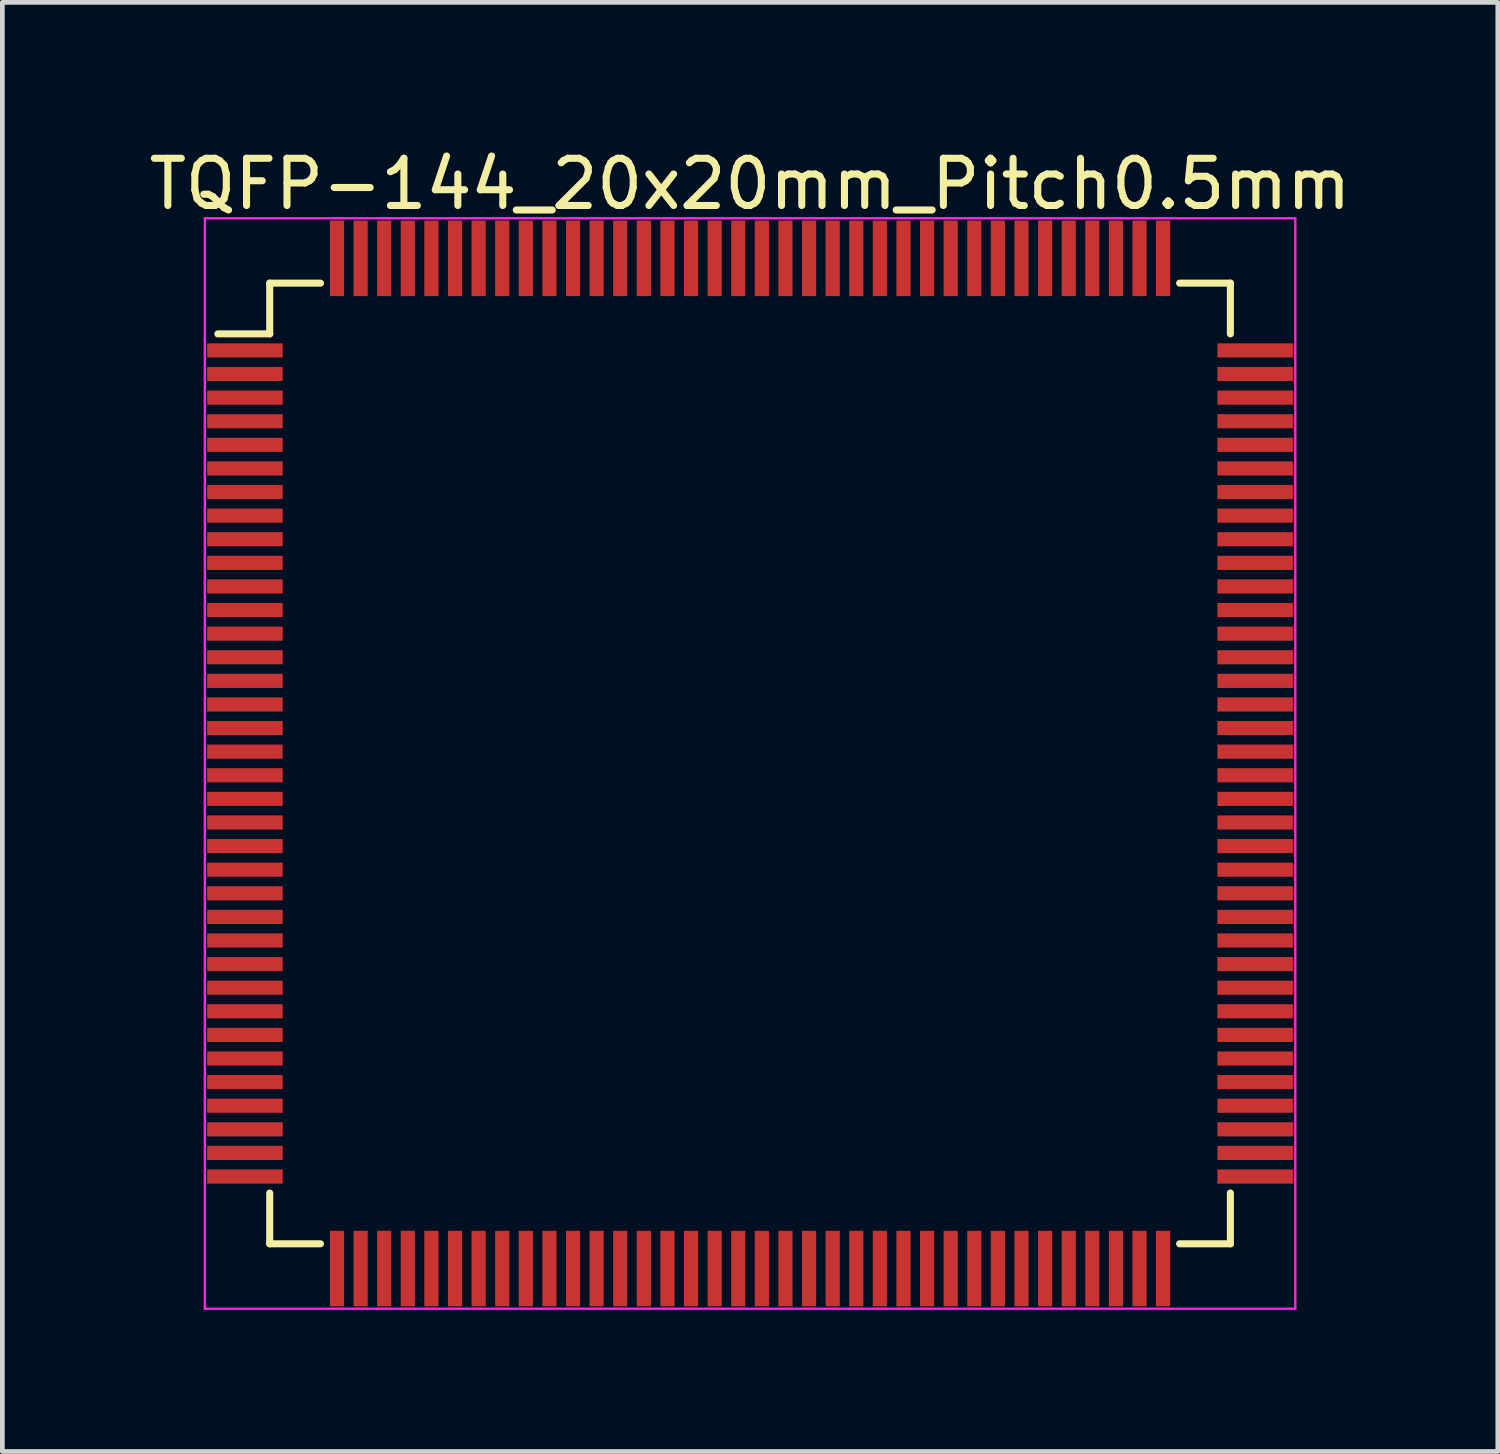
<source format=kicad_pcb>
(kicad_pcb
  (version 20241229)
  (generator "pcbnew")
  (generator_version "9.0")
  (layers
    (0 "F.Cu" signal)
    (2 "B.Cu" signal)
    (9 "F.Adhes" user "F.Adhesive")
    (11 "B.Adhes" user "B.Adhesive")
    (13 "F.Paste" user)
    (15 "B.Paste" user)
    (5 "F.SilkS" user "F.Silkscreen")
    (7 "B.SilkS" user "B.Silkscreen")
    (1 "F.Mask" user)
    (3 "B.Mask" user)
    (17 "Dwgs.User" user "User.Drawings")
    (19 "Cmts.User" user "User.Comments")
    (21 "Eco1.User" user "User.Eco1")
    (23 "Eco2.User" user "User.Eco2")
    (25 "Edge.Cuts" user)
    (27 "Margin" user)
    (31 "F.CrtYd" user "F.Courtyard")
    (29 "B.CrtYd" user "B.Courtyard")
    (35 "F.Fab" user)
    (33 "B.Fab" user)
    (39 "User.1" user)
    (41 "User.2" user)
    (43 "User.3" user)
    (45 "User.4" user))
  (footprint "TQFP-144_20x20mm_Pitch0.5mm"
    (layer "F.Cu")
    (at 12.839 13.123)
    (property "Reference" "TQFP-144_20x20mm_Pitch0.5mm" (at 0 -12.275 0) (layer "F.SilkS") (effects (font (size 1 1) (thickness 0.15))))
    (attr smd)
    (fp_line (start -10.175 -10.175) (end -10.175 -9.1) (stroke (width 0.15) (type solid)) (layer "F.SilkS"))
    (fp_line (start -10.175 -10.175) (end -9.1 -10.175) (stroke (width 0.15) (type solid)) (layer "F.SilkS"))
    (fp_line (start -10.175 -9.1) (end -11.275 -9.1) (stroke (width 0.15) (type solid)) (layer "F.SilkS"))
    (fp_line (start -10.175 10.175) (end -10.175 9.1) (stroke (width 0.15) (type solid)) (layer "F.SilkS"))
    (fp_line (start -10.175 10.175) (end -9.1 10.175) (stroke (width 0.15) (type solid)) (layer "F.SilkS"))
    (fp_line (start 10.175 -10.175) (end 9.1 -10.175) (stroke (width 0.15) (type solid)) (layer "F.SilkS"))
    (fp_line (start 10.175 -10.175) (end 10.175 -9.1) (stroke (width 0.15) (type solid)) (layer "F.SilkS"))
    (fp_line (start 10.175 10.175) (end 9.1 10.175) (stroke (width 0.15) (type solid)) (layer "F.SilkS"))
    (fp_line (start 10.175 10.175) (end 10.175 9.1) (stroke (width 0.15) (type solid)) (layer "F.SilkS"))
    (fp_line (start -11.55 -11.55) (end -11.55 11.55) (stroke (width 0.05) (type solid)) (layer "F.CrtYd"))
    (fp_line (start -11.55 -11.55) (end 11.55 -11.55) (stroke (width 0.05) (type solid)) (layer "F.CrtYd"))
    (fp_line (start -11.55 11.55) (end 11.55 11.55) (stroke (width 0.05) (type solid)) (layer "F.CrtYd"))
    (fp_line (start 11.55 -11.55) (end 11.55 11.55) (stroke (width 0.05) (type solid)) (layer "F.CrtYd"))
    (pad "1" smd rect (at -10.7 -8.75) (size 1.6 0.3) (layers "F.Cu" "F.Mask" "F.Paste"))
    (pad "2" smd rect (at -10.7 -8.25) (size 1.6 0.3) (layers "F.Cu" "F.Mask" "F.Paste"))
    (pad "3" smd rect (at -10.7 -7.75) (size 1.6 0.3) (layers "F.Cu" "F.Mask" "F.Paste"))
    (pad "4" smd rect (at -10.7 -7.25) (size 1.6 0.3) (layers "F.Cu" "F.Mask" "F.Paste"))
    (pad "5" smd rect (at -10.7 -6.75) (size 1.6 0.3) (layers "F.Cu" "F.Mask" "F.Paste"))
    (pad "6" smd rect (at -10.7 -6.25) (size 1.6 0.3) (layers "F.Cu" "F.Mask" "F.Paste"))
    (pad "7" smd rect (at -10.7 -5.75) (size 1.6 0.3) (layers "F.Cu" "F.Mask" "F.Paste"))
    (pad "8" smd rect (at -10.7 -5.25) (size 1.6 0.3) (layers "F.Cu" "F.Mask" "F.Paste"))
    (pad "9" smd rect (at -10.7 -4.75) (size 1.6 0.3) (layers "F.Cu" "F.Mask" "F.Paste"))
    (pad "10" smd rect (at -10.7 -4.25) (size 1.6 0.3) (layers "F.Cu" "F.Mask" "F.Paste"))
    (pad "11" smd rect (at -10.7 -3.75) (size 1.6 0.3) (layers "F.Cu" "F.Mask" "F.Paste"))
    (pad "12" smd rect (at -10.7 -3.25) (size 1.6 0.3) (layers "F.Cu" "F.Mask" "F.Paste"))
    (pad "13" smd rect (at -10.7 -2.75) (size 1.6 0.3) (layers "F.Cu" "F.Mask" "F.Paste"))
    (pad "14" smd rect (at -10.7 -2.25) (size 1.6 0.3) (layers "F.Cu" "F.Mask" "F.Paste"))
    (pad "15" smd rect (at -10.7 -1.75) (size 1.6 0.3) (layers "F.Cu" "F.Mask" "F.Paste"))
    (pad "16" smd rect (at -10.7 -1.25) (size 1.6 0.3) (layers "F.Cu" "F.Mask" "F.Paste"))
    (pad "17" smd rect (at -10.7 -0.75) (size 1.6 0.3) (layers "F.Cu" "F.Mask" "F.Paste"))
    (pad "18" smd rect (at -10.7 -0.25) (size 1.6 0.3) (layers "F.Cu" "F.Mask" "F.Paste"))
    (pad "19" smd rect (at -10.7 0.25) (size 1.6 0.3) (layers "F.Cu" "F.Mask" "F.Paste"))
    (pad "20" smd rect (at -10.7 0.75) (size 1.6 0.3) (layers "F.Cu" "F.Mask" "F.Paste"))
    (pad "21" smd rect (at -10.7 1.25) (size 1.6 0.3) (layers "F.Cu" "F.Mask" "F.Paste"))
    (pad "22" smd rect (at -10.7 1.75) (size 1.6 0.3) (layers "F.Cu" "F.Mask" "F.Paste"))
    (pad "23" smd rect (at -10.7 2.25) (size 1.6 0.3) (layers "F.Cu" "F.Mask" "F.Paste"))
    (pad "24" smd rect (at -10.7 2.75) (size 1.6 0.3) (layers "F.Cu" "F.Mask" "F.Paste"))
    (pad "25" smd rect (at -10.7 3.25) (size 1.6 0.3) (layers "F.Cu" "F.Mask" "F.Paste"))
    (pad "26" smd rect (at -10.7 3.75) (size 1.6 0.3) (layers "F.Cu" "F.Mask" "F.Paste"))
    (pad "27" smd rect (at -10.7 4.25) (size 1.6 0.3) (layers "F.Cu" "F.Mask" "F.Paste"))
    (pad "28" smd rect (at -10.7 4.75) (size 1.6 0.3) (layers "F.Cu" "F.Mask" "F.Paste"))
    (pad "29" smd rect (at -10.7 5.25) (size 1.6 0.3) (layers "F.Cu" "F.Mask" "F.Paste"))
    (pad "30" smd rect (at -10.7 5.75) (size 1.6 0.3) (layers "F.Cu" "F.Mask" "F.Paste"))
    (pad "31" smd rect (at -10.7 6.25) (size 1.6 0.3) (layers "F.Cu" "F.Mask" "F.Paste"))
    (pad "32" smd rect (at -10.7 6.75) (size 1.6 0.3) (layers "F.Cu" "F.Mask" "F.Paste"))
    (pad "33" smd rect (at -10.7 7.25) (size 1.6 0.3) (layers "F.Cu" "F.Mask" "F.Paste"))
    (pad "34" smd rect (at -10.7 7.75) (size 1.6 0.3) (layers "F.Cu" "F.Mask" "F.Paste"))
    (pad "35" smd rect (at -10.7 8.25) (size 1.6 0.3) (layers "F.Cu" "F.Mask" "F.Paste"))
    (pad "36" smd rect (at -10.7 8.75) (size 1.6 0.3) (layers "F.Cu" "F.Mask" "F.Paste"))
    (pad "37" smd rect (at -8.75 10.7 90) (size 1.6 0.3) (layers "F.Cu" "F.Mask" "F.Paste"))
    (pad "38" smd rect (at -8.25 10.7 90) (size 1.6 0.3) (layers "F.Cu" "F.Mask" "F.Paste"))
    (pad "39" smd rect (at -7.75 10.7 90) (size 1.6 0.3) (layers "F.Cu" "F.Mask" "F.Paste"))
    (pad "40" smd rect (at -7.25 10.7 90) (size 1.6 0.3) (layers "F.Cu" "F.Mask" "F.Paste"))
    (pad "41" smd rect (at -6.75 10.7 90) (size 1.6 0.3) (layers "F.Cu" "F.Mask" "F.Paste"))
    (pad "42" smd rect (at -6.25 10.7 90) (size 1.6 0.3) (layers "F.Cu" "F.Mask" "F.Paste"))
    (pad "43" smd rect (at -5.75 10.7 90) (size 1.6 0.3) (layers "F.Cu" "F.Mask" "F.Paste"))
    (pad "44" smd rect (at -5.25 10.7 90) (size 1.6 0.3) (layers "F.Cu" "F.Mask" "F.Paste"))
    (pad "45" smd rect (at -4.75 10.7 90) (size 1.6 0.3) (layers "F.Cu" "F.Mask" "F.Paste"))
    (pad "46" smd rect (at -4.25 10.7 90) (size 1.6 0.3) (layers "F.Cu" "F.Mask" "F.Paste"))
    (pad "47" smd rect (at -3.75 10.7 90) (size 1.6 0.3) (layers "F.Cu" "F.Mask" "F.Paste"))
    (pad "48" smd rect (at -3.25 10.7 90) (size 1.6 0.3) (layers "F.Cu" "F.Mask" "F.Paste"))
    (pad "49" smd rect (at -2.75 10.7 90) (size 1.6 0.3) (layers "F.Cu" "F.Mask" "F.Paste"))
    (pad "50" smd rect (at -2.25 10.7 90) (size 1.6 0.3) (layers "F.Cu" "F.Mask" "F.Paste"))
    (pad "51" smd rect (at -1.75 10.7 90) (size 1.6 0.3) (layers "F.Cu" "F.Mask" "F.Paste"))
    (pad "52" smd rect (at -1.25 10.7 90) (size 1.6 0.3) (layers "F.Cu" "F.Mask" "F.Paste"))
    (pad "53" smd rect (at -0.75 10.7 90) (size 1.6 0.3) (layers "F.Cu" "F.Mask" "F.Paste"))
    (pad "54" smd rect (at -0.25 10.7 90) (size 1.6 0.3) (layers "F.Cu" "F.Mask" "F.Paste"))
    (pad "55" smd rect (at 0.25 10.7 90) (size 1.6 0.3) (layers "F.Cu" "F.Mask" "F.Paste"))
    (pad "56" smd rect (at 0.75 10.7 90) (size 1.6 0.3) (layers "F.Cu" "F.Mask" "F.Paste"))
    (pad "57" smd rect (at 1.25 10.7 90) (size 1.6 0.3) (layers "F.Cu" "F.Mask" "F.Paste"))
    (pad "58" smd rect (at 1.75 10.7 90) (size 1.6 0.3) (layers "F.Cu" "F.Mask" "F.Paste"))
    (pad "59" smd rect (at 2.25 10.7 90) (size 1.6 0.3) (layers "F.Cu" "F.Mask" "F.Paste"))
    (pad "60" smd rect (at 2.75 10.7 90) (size 1.6 0.3) (layers "F.Cu" "F.Mask" "F.Paste"))
    (pad "61" smd rect (at 3.25 10.7 90) (size 1.6 0.3) (layers "F.Cu" "F.Mask" "F.Paste"))
    (pad "62" smd rect (at 3.75 10.7 90) (size 1.6 0.3) (layers "F.Cu" "F.Mask" "F.Paste"))
    (pad "63" smd rect (at 4.25 10.7 90) (size 1.6 0.3) (layers "F.Cu" "F.Mask" "F.Paste"))
    (pad "64" smd rect (at 4.75 10.7 90) (size 1.6 0.3) (layers "F.Cu" "F.Mask" "F.Paste"))
    (pad "65" smd rect (at 5.25 10.7 90) (size 1.6 0.3) (layers "F.Cu" "F.Mask" "F.Paste"))
    (pad "66" smd rect (at 5.75 10.7 90) (size 1.6 0.3) (layers "F.Cu" "F.Mask" "F.Paste"))
    (pad "67" smd rect (at 6.25 10.7 90) (size 1.6 0.3) (layers "F.Cu" "F.Mask" "F.Paste"))
    (pad "68" smd rect (at 6.75 10.7 90) (size 1.6 0.3) (layers "F.Cu" "F.Mask" "F.Paste"))
    (pad "69" smd rect (at 7.25 10.7 90) (size 1.6 0.3) (layers "F.Cu" "F.Mask" "F.Paste"))
    (pad "70" smd rect (at 7.75 10.7 90) (size 1.6 0.3) (layers "F.Cu" "F.Mask" "F.Paste"))
    (pad "71" smd rect (at 8.25 10.7 90) (size 1.6 0.3) (layers "F.Cu" "F.Mask" "F.Paste"))
    (pad "72" smd rect (at 8.75 10.7 90) (size 1.6 0.3) (layers "F.Cu" "F.Mask" "F.Paste"))
    (pad "73" smd rect (at 10.7 8.75) (size 1.6 0.3) (layers "F.Cu" "F.Mask" "F.Paste"))
    (pad "74" smd rect (at 10.7 8.25) (size 1.6 0.3) (layers "F.Cu" "F.Mask" "F.Paste"))
    (pad "75" smd rect (at 10.7 7.75) (size 1.6 0.3) (layers "F.Cu" "F.Mask" "F.Paste"))
    (pad "76" smd rect (at 10.7 7.25) (size 1.6 0.3) (layers "F.Cu" "F.Mask" "F.Paste"))
    (pad "77" smd rect (at 10.7 6.75) (size 1.6 0.3) (layers "F.Cu" "F.Mask" "F.Paste"))
    (pad "78" smd rect (at 10.7 6.25) (size 1.6 0.3) (layers "F.Cu" "F.Mask" "F.Paste"))
    (pad "79" smd rect (at 10.7 5.75) (size 1.6 0.3) (layers "F.Cu" "F.Mask" "F.Paste"))
    (pad "80" smd rect (at 10.7 5.25) (size 1.6 0.3) (layers "F.Cu" "F.Mask" "F.Paste"))
    (pad "81" smd rect (at 10.7 4.75) (size 1.6 0.3) (layers "F.Cu" "F.Mask" "F.Paste"))
    (pad "82" smd rect (at 10.7 4.25) (size 1.6 0.3) (layers "F.Cu" "F.Mask" "F.Paste"))
    (pad "83" smd rect (at 10.7 3.75) (size 1.6 0.3) (layers "F.Cu" "F.Mask" "F.Paste"))
    (pad "84" smd rect (at 10.7 3.25) (size 1.6 0.3) (layers "F.Cu" "F.Mask" "F.Paste"))
    (pad "85" smd rect (at 10.7 2.75) (size 1.6 0.3) (layers "F.Cu" "F.Mask" "F.Paste"))
    (pad "86" smd rect (at 10.7 2.25) (size 1.6 0.3) (layers "F.Cu" "F.Mask" "F.Paste"))
    (pad "87" smd rect (at 10.7 1.75) (size 1.6 0.3) (layers "F.Cu" "F.Mask" "F.Paste"))
    (pad "88" smd rect (at 10.7 1.25) (size 1.6 0.3) (layers "F.Cu" "F.Mask" "F.Paste"))
    (pad "89" smd rect (at 10.7 0.75) (size 1.6 0.3) (layers "F.Cu" "F.Mask" "F.Paste"))
    (pad "90" smd rect (at 10.7 0.25) (size 1.6 0.3) (layers "F.Cu" "F.Mask" "F.Paste"))
    (pad "91" smd rect (at 10.7 -0.25) (size 1.6 0.3) (layers "F.Cu" "F.Mask" "F.Paste"))
    (pad "92" smd rect (at 10.7 -0.75) (size 1.6 0.3) (layers "F.Cu" "F.Mask" "F.Paste"))
    (pad "93" smd rect (at 10.7 -1.25) (size 1.6 0.3) (layers "F.Cu" "F.Mask" "F.Paste"))
    (pad "94" smd rect (at 10.7 -1.75) (size 1.6 0.3) (layers "F.Cu" "F.Mask" "F.Paste"))
    (pad "95" smd rect (at 10.7 -2.25) (size 1.6 0.3) (layers "F.Cu" "F.Mask" "F.Paste"))
    (pad "96" smd rect (at 10.7 -2.75) (size 1.6 0.3) (layers "F.Cu" "F.Mask" "F.Paste"))
    (pad "97" smd rect (at 10.7 -3.25) (size 1.6 0.3) (layers "F.Cu" "F.Mask" "F.Paste"))
    (pad "98" smd rect (at 10.7 -3.75) (size 1.6 0.3) (layers "F.Cu" "F.Mask" "F.Paste"))
    (pad "99" smd rect (at 10.7 -4.25) (size 1.6 0.3) (layers "F.Cu" "F.Mask" "F.Paste"))
    (pad "100" smd rect (at 10.7 -4.75) (size 1.6 0.3) (layers "F.Cu" "F.Mask" "F.Paste"))
    (pad "101" smd rect (at 10.7 -5.25) (size 1.6 0.3) (layers "F.Cu" "F.Mask" "F.Paste"))
    (pad "102" smd rect (at 10.7 -5.75) (size 1.6 0.3) (layers "F.Cu" "F.Mask" "F.Paste"))
    (pad "103" smd rect (at 10.7 -6.25) (size 1.6 0.3) (layers "F.Cu" "F.Mask" "F.Paste"))
    (pad "104" smd rect (at 10.7 -6.75) (size 1.6 0.3) (layers "F.Cu" "F.Mask" "F.Paste"))
    (pad "105" smd rect (at 10.7 -7.25) (size 1.6 0.3) (layers "F.Cu" "F.Mask" "F.Paste"))
    (pad "106" smd rect (at 10.7 -7.75) (size 1.6 0.3) (layers "F.Cu" "F.Mask" "F.Paste"))
    (pad "107" smd rect (at 10.7 -8.25) (size 1.6 0.3) (layers "F.Cu" "F.Mask" "F.Paste"))
    (pad "108" smd rect (at 10.7 -8.75) (size 1.6 0.3) (layers "F.Cu" "F.Mask" "F.Paste"))
    (pad "109" smd rect (at 8.75 -10.7 90) (size 1.6 0.3) (layers "F.Cu" "F.Mask" "F.Paste"))
    (pad "110" smd rect (at 8.25 -10.7 90) (size 1.6 0.3) (layers "F.Cu" "F.Mask" "F.Paste"))
    (pad "111" smd rect (at 7.75 -10.7 90) (size 1.6 0.3) (layers "F.Cu" "F.Mask" "F.Paste"))
    (pad "112" smd rect (at 7.25 -10.7 90) (size 1.6 0.3) (layers "F.Cu" "F.Mask" "F.Paste"))
    (pad "113" smd rect (at 6.75 -10.7 90) (size 1.6 0.3) (layers "F.Cu" "F.Mask" "F.Paste"))
    (pad "114" smd rect (at 6.25 -10.7 90) (size 1.6 0.3) (layers "F.Cu" "F.Mask" "F.Paste"))
    (pad "115" smd rect (at 5.75 -10.7 90) (size 1.6 0.3) (layers "F.Cu" "F.Mask" "F.Paste"))
    (pad "116" smd rect (at 5.25 -10.7 90) (size 1.6 0.3) (layers "F.Cu" "F.Mask" "F.Paste"))
    (pad "117" smd rect (at 4.75 -10.7 90) (size 1.6 0.3) (layers "F.Cu" "F.Mask" "F.Paste"))
    (pad "118" smd rect (at 4.25 -10.7 90) (size 1.6 0.3) (layers "F.Cu" "F.Mask" "F.Paste"))
    (pad "119" smd rect (at 3.75 -10.7 90) (size 1.6 0.3) (layers "F.Cu" "F.Mask" "F.Paste"))
    (pad "120" smd rect (at 3.25 -10.7 90) (size 1.6 0.3) (layers "F.Cu" "F.Mask" "F.Paste"))
    (pad "121" smd rect (at 2.75 -10.7 90) (size 1.6 0.3) (layers "F.Cu" "F.Mask" "F.Paste"))
    (pad "122" smd rect (at 2.25 -10.7 90) (size 1.6 0.3) (layers "F.Cu" "F.Mask" "F.Paste"))
    (pad "123" smd rect (at 1.75 -10.7 90) (size 1.6 0.3) (layers "F.Cu" "F.Mask" "F.Paste"))
    (pad "124" smd rect (at 1.25 -10.7 90) (size 1.6 0.3) (layers "F.Cu" "F.Mask" "F.Paste"))
    (pad "125" smd rect (at 0.75 -10.7 90) (size 1.6 0.3) (layers "F.Cu" "F.Mask" "F.Paste"))
    (pad "126" smd rect (at 0.25 -10.7 90) (size 1.6 0.3) (layers "F.Cu" "F.Mask" "F.Paste"))
    (pad "127" smd rect (at -0.25 -10.7 90) (size 1.6 0.3) (layers "F.Cu" "F.Mask" "F.Paste"))
    (pad "128" smd rect (at -0.75 -10.7 90) (size 1.6 0.3) (layers "F.Cu" "F.Mask" "F.Paste"))
    (pad "129" smd rect (at -1.25 -10.7 90) (size 1.6 0.3) (layers "F.Cu" "F.Mask" "F.Paste"))
    (pad "130" smd rect (at -1.75 -10.7 90) (size 1.6 0.3) (layers "F.Cu" "F.Mask" "F.Paste"))
    (pad "131" smd rect (at -2.25 -10.7 90) (size 1.6 0.3) (layers "F.Cu" "F.Mask" "F.Paste"))
    (pad "132" smd rect (at -2.75 -10.7 90) (size 1.6 0.3) (layers "F.Cu" "F.Mask" "F.Paste"))
    (pad "133" smd rect (at -3.25 -10.7 90) (size 1.6 0.3) (layers "F.Cu" "F.Mask" "F.Paste"))
    (pad "134" smd rect (at -3.75 -10.7 90) (size 1.6 0.3) (layers "F.Cu" "F.Mask" "F.Paste"))
    (pad "135" smd rect (at -4.25 -10.7 90) (size 1.6 0.3) (layers "F.Cu" "F.Mask" "F.Paste"))
    (pad "136" smd rect (at -4.75 -10.7 90) (size 1.6 0.3) (layers "F.Cu" "F.Mask" "F.Paste"))
    (pad "137" smd rect (at -5.25 -10.7 90) (size 1.6 0.3) (layers "F.Cu" "F.Mask" "F.Paste"))
    (pad "138" smd rect (at -5.75 -10.7 90) (size 1.6 0.3) (layers "F.Cu" "F.Mask" "F.Paste"))
    (pad "139" smd rect (at -6.25 -10.7 90) (size 1.6 0.3) (layers "F.Cu" "F.Mask" "F.Paste"))
    (pad "140" smd rect (at -6.75 -10.7 90) (size 1.6 0.3) (layers "F.Cu" "F.Mask" "F.Paste"))
    (pad "141" smd rect (at -7.25 -10.7 90) (size 1.6 0.3) (layers "F.Cu" "F.Mask" "F.Paste"))
    (pad "142" smd rect (at -7.75 -10.7 90) (size 1.6 0.3) (layers "F.Cu" "F.Mask" "F.Paste"))
    (pad "143" smd rect (at -8.25 -10.7 90) (size 1.6 0.3) (layers "F.Cu" "F.Mask" "F.Paste"))
    (pad "144" smd rect (at -8.75 -10.7 90) (size 1.6 0.3) (layers "F.Cu" "F.Mask" "F.Paste")))
  (gr_rect
    (start -3 -3)
    (end 28.679 27.698)
    (stroke (width 0.1) (type default))
    (fill no)
    (layer "Edge.Cuts")))
</source>
